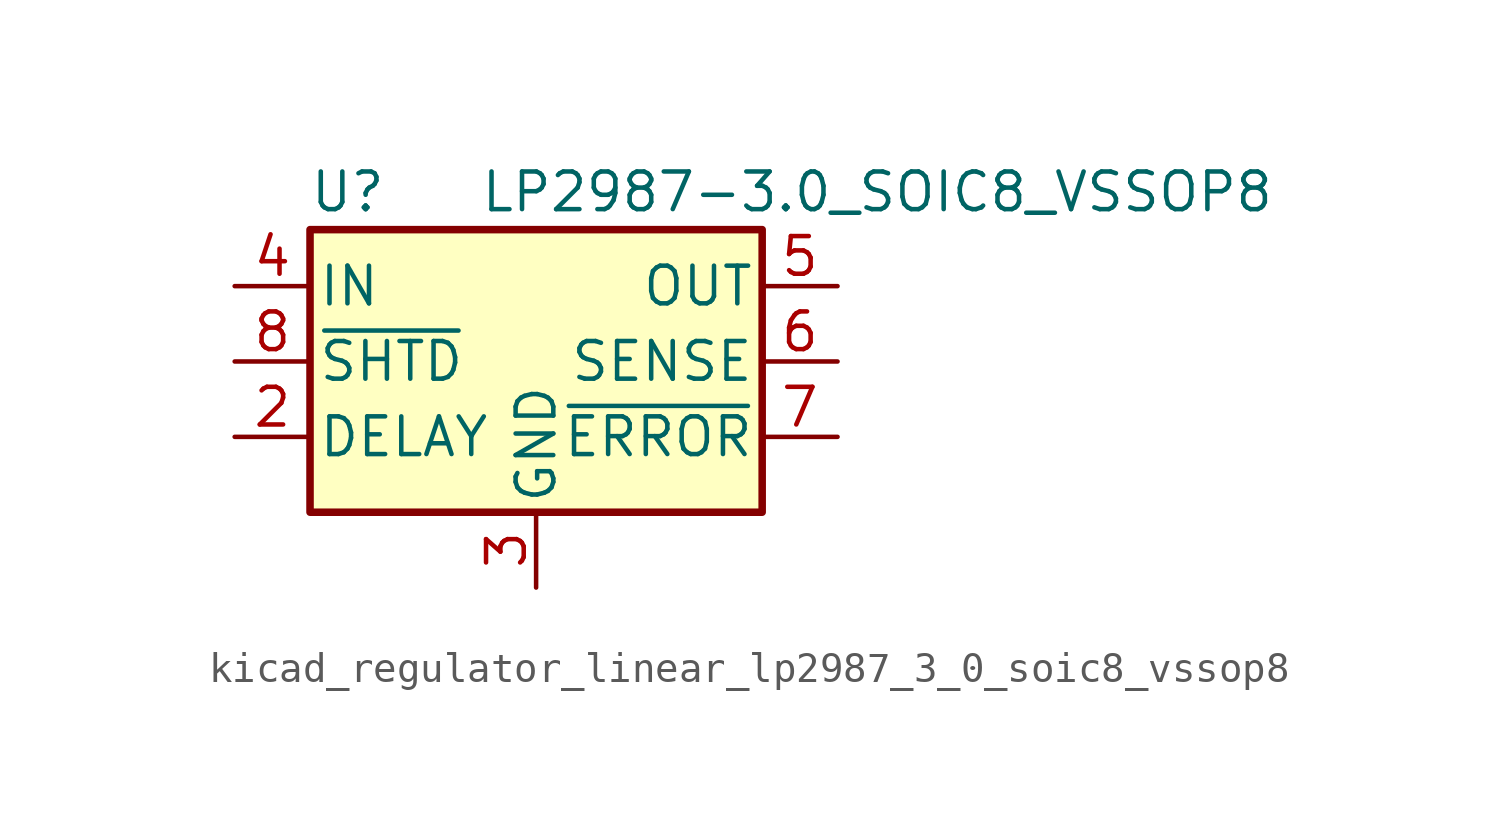
<source format=kicad_sym>
(kicad_symbol_lib
  (version 20220914)
  (generator kicad_symbol_editor)
  (symbol "kicad_regulator_linear_lp2987_3_0_soic8_vssop8"
    (pin_names
      (offset 0.254))
    (property "Reference" "U"
      (at -6.35 5.715 0)
      (effects (font (size 1.27 1.27))))
    (property "Value" "LP2987-3.0_SOIC8_VSSOP8"
      (at -1.905 5.715 0)
      (effects (font (size 1.27 1.27)) (justify left)))
    (symbol "kicad_regulator_linear_lp2987_3_0_soic8_vssop8_0_1"
      (rectangle (start -7.62 4.445) (end 7.62 -5.08) (stroke (width 0.254) (type default)) (fill (type background))))
    (symbol "kicad_regulator_linear_lp2987_3_0_soic8_vssop8_1_1"
      (pin no_connect line (at -2.54 -5.08 90) (length 2.54) hide (name "NC" (effects (font (size 1.27 1.27)))) (number "1" (effects (font (size 1.27 1.27)))))
      (pin passive line (at -10.16 -2.54 0) (length 2.54) (name "DELAY" (effects (font (size 1.27 1.27)))) (number "2" (effects (font (size 1.27 1.27)))))
      (pin power_in line (at 0 -7.62 90) (length 2.54) (name "GND" (effects (font (size 1.27 1.27)))) (number "3" (effects (font (size 1.27 1.27)))))
      (pin power_in line (at -10.16 2.54 0) (length 2.54) (name "IN" (effects (font (size 1.27 1.27)))) (number "4" (effects (font (size 1.27 1.27)))))
      (pin power_out line (at 10.16 2.54 180) (length 2.54) (name "OUT" (effects (font (size 1.27 1.27)))) (number "5" (effects (font (size 1.27 1.27)))))
      (pin input line (at 10.16 0 180) (length 2.54) (name "SENSE" (effects (font (size 1.27 1.27)))) (number "6" (effects (font (size 1.27 1.27)))))
      (pin output line (at 10.16 -2.54 180) (length 2.54) (name "~{ERROR}" (effects (font (size 1.27 1.27)))) (number "7" (effects (font (size 1.27 1.27)))))
      (pin input line (at -10.16 0 0) (length 2.54) (name "~{SHTD}" (effects (font (size 1.27 1.27)))) (number "8" (effects (font (size 1.27 1.27))))))))
</source>
